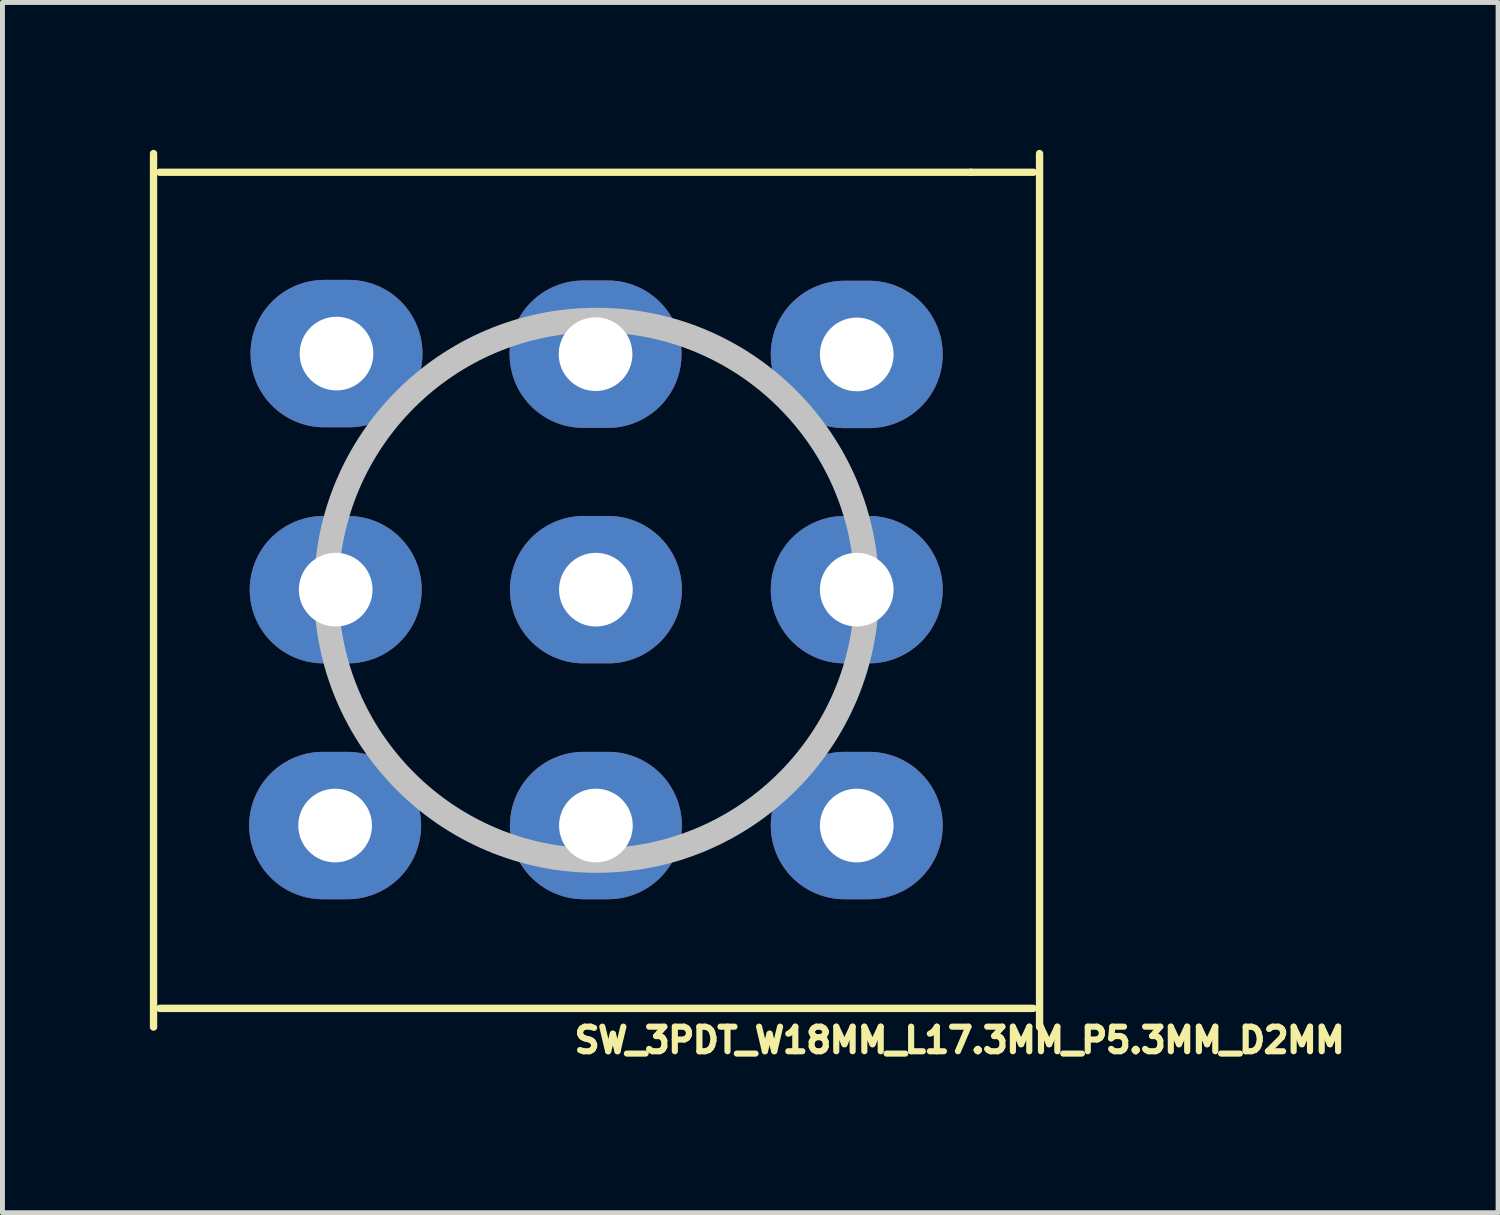
<source format=kicad_pcb>
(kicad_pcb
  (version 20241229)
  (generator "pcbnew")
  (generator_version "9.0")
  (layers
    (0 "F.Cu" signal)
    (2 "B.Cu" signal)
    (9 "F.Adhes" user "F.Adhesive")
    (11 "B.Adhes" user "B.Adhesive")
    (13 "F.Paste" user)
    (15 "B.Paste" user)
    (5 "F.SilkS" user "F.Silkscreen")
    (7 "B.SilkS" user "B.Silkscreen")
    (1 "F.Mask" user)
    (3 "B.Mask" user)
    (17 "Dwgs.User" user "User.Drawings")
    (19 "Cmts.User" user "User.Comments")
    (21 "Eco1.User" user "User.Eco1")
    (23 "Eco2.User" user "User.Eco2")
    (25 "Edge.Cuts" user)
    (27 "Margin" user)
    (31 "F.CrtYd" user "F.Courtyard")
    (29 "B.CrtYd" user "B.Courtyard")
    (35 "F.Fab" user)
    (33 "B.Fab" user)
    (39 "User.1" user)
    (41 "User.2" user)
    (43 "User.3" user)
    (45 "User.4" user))
  (footprint "SW_3PDT_W18MM_L17.3MM_P5.3MM_D2MM"
    (layer "F.Cu")
    (at 9.092 8.965)
    (property "Reference" "SW_3PDT_W18MM_L17.3MM_P5.3MM_D2MM" (at 7.391 9.157 0) (layer "F.SilkS") (effects (font (size 0.5 0.5) (thickness 0.125))))
    (attr through_hole)
    (fp_line (start -9.017 8.89) (end -9.017 -8.89) (stroke (width 0.15) (type solid)) (layer "F.SilkS"))
    (fp_line (start -8.89 -8.509) (end 7.62 -8.509) (stroke (width 0.15) (type solid)) (layer "F.SilkS"))
    (fp_line (start 7.62 -8.509) (end 8.89 -8.509) (stroke (width 0.15) (type solid)) (layer "F.SilkS"))
    (fp_line (start 8.89 8.509) (end -8.89 8.509) (stroke (width 0.15) (type solid)) (layer "F.SilkS"))
    (fp_line (start 9.017 -8.89) (end 9.017 8.89) (stroke (width 0.15) (type solid)) (layer "F.SilkS"))
    (fp_circle (center 0 0) (end 5.5 0) (stroke (width 0.5) (type solid)) (fill no) (layer "Dwgs.User"))
    (pad "1" thru_hole oval (at -5.293 -4.818) (size 3.5 3) (drill 1.5) (layers "*.Cu" "*.Mask"))
    (pad "2" thru_hole oval (at -5.309 -0.013) (size 3.5 3) (drill 1.5) (layers "*.Cu" "*.Mask"))
    (pad "3" thru_hole oval (at -5.321 4.788) (size 3.5 3) (drill 1.5) (layers "*.Cu" "*.Mask"))
    (pad "4" thru_hole oval (at -0.02 -4.806) (size 3.5 3) (drill 1.5) (layers "*.Cu" "*.Mask"))
    (pad "5" thru_hole oval (at -0.013 -0.013) (size 3.5 3) (drill 1.5) (layers "*.Cu" "*.Mask"))
    (pad "6" thru_hole oval (at -0.013 4.788) (size 3.5 3) (drill 1.5) (layers "*.Cu" "*.Mask"))
    (pad "7" thru_hole oval (at 5.296 -4.801) (size 3.5 3) (drill 1.5) (layers "*.Cu" "*.Mask"))
    (pad "8" thru_hole oval (at 5.296 -0.013) (size 3.5 3) (drill 1.5) (layers "*.Cu" "*.Mask"))
    (pad "9" thru_hole oval (at 5.296 4.788) (size 3.5 3) (drill 1.5) (layers "*.Cu" "*.Mask")))
  (gr_rect
    (start -3 -3)
    (end 27.442 21.634)
    (stroke (width 0.1) (type default))
    (fill no)
    (layer "Edge.Cuts")))
</source>
